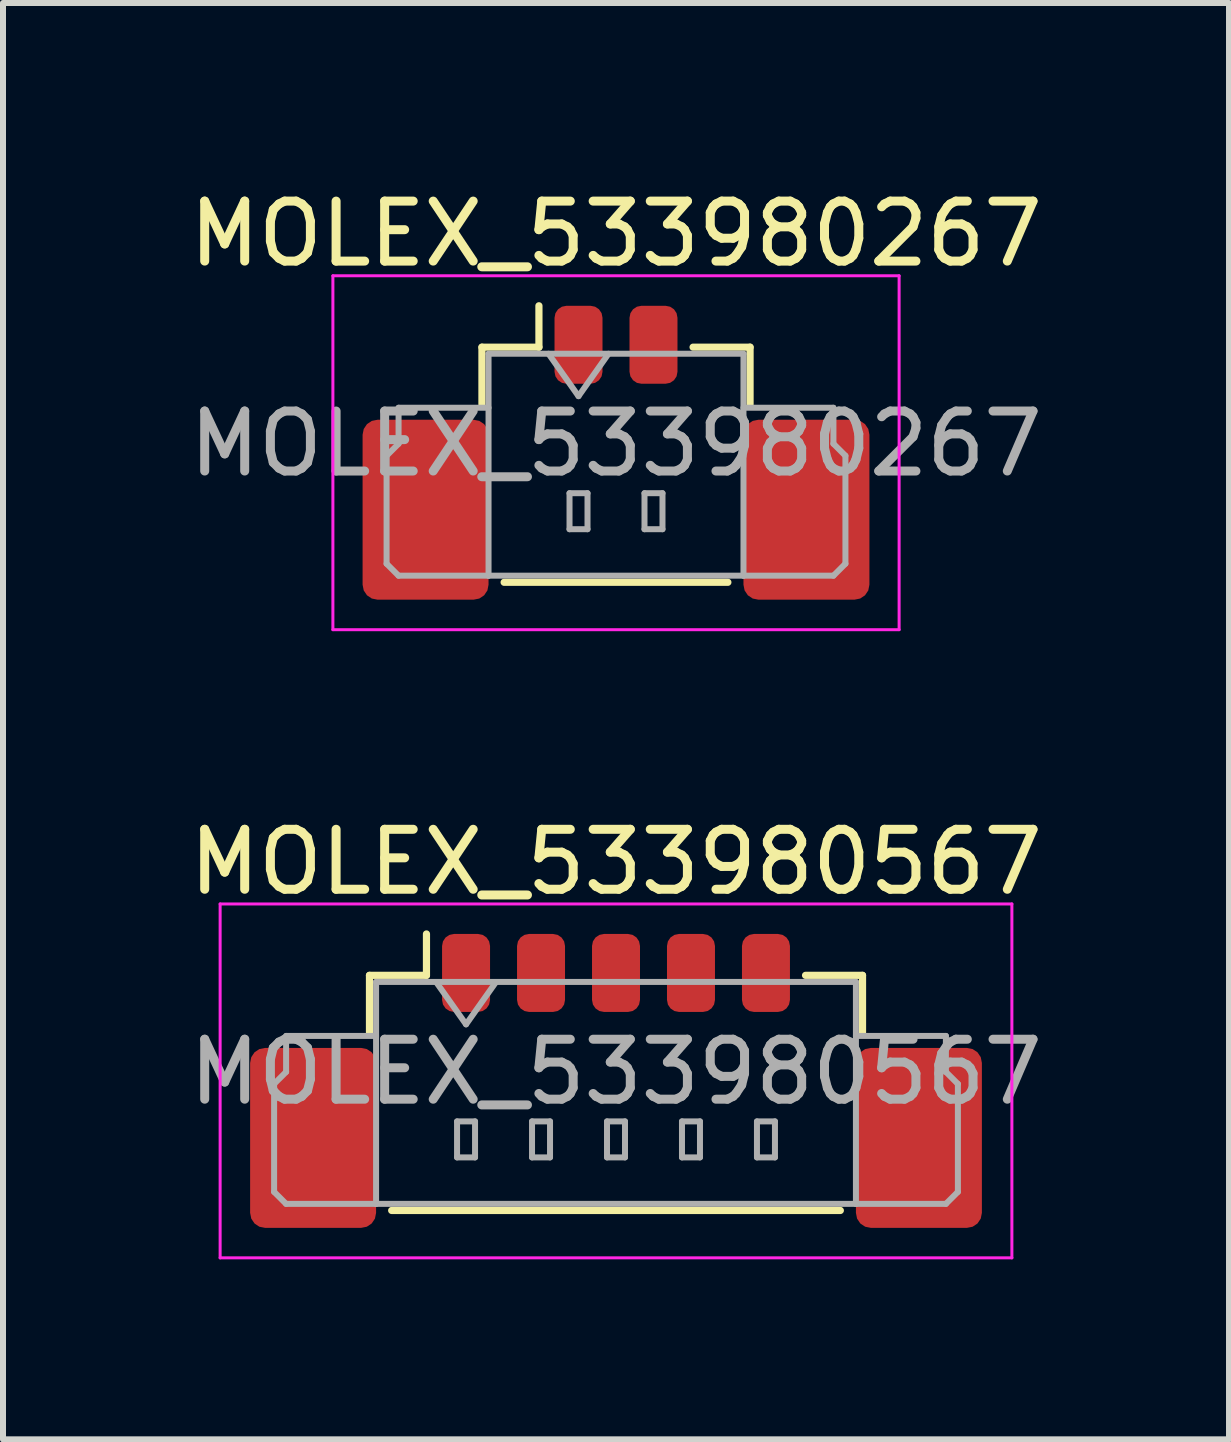
<source format=kicad_pcb>
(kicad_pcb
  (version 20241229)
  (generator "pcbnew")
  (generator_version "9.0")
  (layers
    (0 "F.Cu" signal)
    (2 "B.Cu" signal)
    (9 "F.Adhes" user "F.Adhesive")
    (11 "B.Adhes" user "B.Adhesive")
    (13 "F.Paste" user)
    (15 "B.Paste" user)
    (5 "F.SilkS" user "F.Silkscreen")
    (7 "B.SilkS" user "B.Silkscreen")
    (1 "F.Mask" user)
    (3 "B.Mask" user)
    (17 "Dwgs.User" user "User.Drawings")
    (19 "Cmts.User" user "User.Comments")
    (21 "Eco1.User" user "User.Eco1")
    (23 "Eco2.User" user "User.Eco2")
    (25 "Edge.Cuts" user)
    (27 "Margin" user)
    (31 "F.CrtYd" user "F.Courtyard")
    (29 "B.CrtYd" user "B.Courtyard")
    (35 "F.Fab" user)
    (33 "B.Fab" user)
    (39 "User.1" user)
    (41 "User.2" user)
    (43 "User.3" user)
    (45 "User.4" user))
  (footprint "MOLEX_533980267"
    (layer "F.Cu")
    (at 7.22 3.948)
    (property "Reference" "MOLEX_533980267" (at 0 -3.1 0) (layer "F.SilkS") (effects (font (size 1 1) (thickness 0.15))))
    (attr smd)
    (fp_line (start -2.235 -1.21) (end -1.285 -1.21) (stroke (width 0.12) (type solid)) (layer "F.SilkS"))
    (fp_line (start -2.235 -0.26) (end -2.235 -1.21) (stroke (width 0.12) (type solid)) (layer "F.SilkS"))
    (fp_line (start -1.865 2.71) (end 1.865 2.71) (stroke (width 0.12) (type solid)) (layer "F.SilkS"))
    (fp_line (start -1.285 -1.21) (end -1.285 -1.9) (stroke (width 0.12) (type solid)) (layer "F.SilkS"))
    (fp_line (start 2.235 -1.21) (end 1.285 -1.21) (stroke (width 0.12) (type solid)) (layer "F.SilkS"))
    (fp_line (start 2.235 -0.26) (end 2.235 -1.21) (stroke (width 0.12) (type solid)) (layer "F.SilkS"))
    (fp_line (start -4.72 -2.4) (end -4.72 3.5) (stroke (width 0.05) (type solid)) (layer "F.CrtYd"))
    (fp_line (start -4.72 3.5) (end 4.72 3.5) (stroke (width 0.05) (type solid)) (layer "F.CrtYd"))
    (fp_line (start 4.72 -2.4) (end -4.72 -2.4) (stroke (width 0.05) (type solid)) (layer "F.CrtYd"))
    (fp_line (start 4.72 3.5) (end 4.72 -2.4) (stroke (width 0.05) (type solid)) (layer "F.CrtYd"))
    (fp_line (start -3.825 0.6) (end -3.625 0.4) (stroke (width 0.1) (type solid)) (layer "F.Fab"))
    (fp_line (start -3.825 2.4) (end -3.825 0.6) (stroke (width 0.1) (type solid)) (layer "F.Fab"))
    (fp_line (start -3.625 -0.2) (end -2.125 -0.2) (stroke (width 0.1) (type solid)) (layer "F.Fab"))
    (fp_line (start -3.625 0.4) (end -3.625 -0.2) (stroke (width 0.1) (type solid)) (layer "F.Fab"))
    (fp_line (start -3.625 2.6) (end -3.825 2.4) (stroke (width 0.1) (type solid)) (layer "F.Fab"))
    (fp_line (start -2.125 -1.1) (end -2.125 2.6) (stroke (width 0.1) (type solid)) (layer "F.Fab"))
    (fp_line (start -2.125 -1.1) (end 2.125 -1.1) (stroke (width 0.1) (type solid)) (layer "F.Fab"))
    (fp_line (start -2.125 2.6) (end -3.625 2.6) (stroke (width 0.1) (type solid)) (layer "F.Fab"))
    (fp_line (start -2.125 2.6) (end 2.125 2.6) (stroke (width 0.1) (type solid)) (layer "F.Fab"))
    (fp_line (start -1.125 -1.1) (end -0.625 -0.393) (stroke (width 0.1) (type solid)) (layer "F.Fab"))
    (fp_line (start -0.775 1.225) (end -0.775 1.825) (stroke (width 0.1) (type solid)) (layer "F.Fab"))
    (fp_line (start -0.775 1.825) (end -0.475 1.825) (stroke (width 0.1) (type solid)) (layer "F.Fab"))
    (fp_line (start -0.625 -0.393) (end -0.125 -1.1) (stroke (width 0.1) (type solid)) (layer "F.Fab"))
    (fp_line (start -0.475 1.225) (end -0.775 1.225) (stroke (width 0.1) (type solid)) (layer "F.Fab"))
    (fp_line (start -0.475 1.825) (end -0.475 1.225) (stroke (width 0.1) (type solid)) (layer "F.Fab"))
    (fp_line (start 0.475 1.225) (end 0.475 1.825) (stroke (width 0.1) (type solid)) (layer "F.Fab"))
    (fp_line (start 0.475 1.825) (end 0.775 1.825) (stroke (width 0.1) (type solid)) (layer "F.Fab"))
    (fp_line (start 0.775 1.225) (end 0.475 1.225) (stroke (width 0.1) (type solid)) (layer "F.Fab"))
    (fp_line (start 0.775 1.825) (end 0.775 1.225) (stroke (width 0.1) (type solid)) (layer "F.Fab"))
    (fp_line (start 2.125 -1.1) (end 2.125 2.6) (stroke (width 0.1) (type solid)) (layer "F.Fab"))
    (fp_line (start 2.125 2.6) (end 3.625 2.6) (stroke (width 0.1) (type solid)) (layer "F.Fab"))
    (fp_line (start 3.625 -0.2) (end 2.125 -0.2) (stroke (width 0.1) (type solid)) (layer "F.Fab"))
    (fp_line (start 3.625 0.4) (end 3.625 -0.2) (stroke (width 0.1) (type solid)) (layer "F.Fab"))
    (fp_line (start 3.625 2.6) (end 3.825 2.4) (stroke (width 0.1) (type solid)) (layer "F.Fab"))
    (fp_line (start 3.825 0.6) (end 3.625 0.4) (stroke (width 0.1) (type solid)) (layer "F.Fab"))
    (fp_line (start 3.825 2.4) (end 3.825 0.6) (stroke (width 0.1) (type solid)) (layer "F.Fab"))
    (fp_text user "${REFERENCE}" (at 0 0.4 0) (layer "F.Fab") (effects (font (size 1 1) (thickness 0.15))))
    (pad "1" smd roundrect (at -0.625 -1.25) (size 0.8 1.3) (layers "F.Cu" "F.Mask" "F.Paste") (roundrect_rratio 0.25))
    (pad "2" smd roundrect (at 0.625 -1.25) (size 0.8 1.3) (layers "F.Cu" "F.Mask" "F.Paste") (roundrect_rratio 0.25))
    (pad "MP" smd roundrect (at -3.175 1.5) (size 2.1 3) (layers "F.Cu" "F.Mask" "F.Paste") (roundrect_rratio 0.119))
    (pad "MP" smd roundrect (at 3.175 1.5) (size 2.1 3) (layers "F.Cu" "F.Mask" "F.Paste") (roundrect_rratio 0.119)))
  (footprint "MOLEX_533980567"
    (layer "F.Cu")
    (at 7.22 14.421)
    (property "Reference" "MOLEX_533980567" (at 0 -3.1 0) (layer "F.SilkS") (effects (font (size 1 1) (thickness 0.15))))
    (attr smd)
    (fp_line (start -4.11 -1.21) (end -3.16 -1.21) (stroke (width 0.12) (type solid)) (layer "F.SilkS"))
    (fp_line (start -4.11 -0.26) (end -4.11 -1.21) (stroke (width 0.12) (type solid)) (layer "F.SilkS"))
    (fp_line (start -3.74 2.71) (end 3.74 2.71) (stroke (width 0.12) (type solid)) (layer "F.SilkS"))
    (fp_line (start -3.16 -1.21) (end -3.16 -1.9) (stroke (width 0.12) (type solid)) (layer "F.SilkS"))
    (fp_line (start 4.11 -1.21) (end 3.16 -1.21) (stroke (width 0.12) (type solid)) (layer "F.SilkS"))
    (fp_line (start 4.11 -0.26) (end 4.11 -1.21) (stroke (width 0.12) (type solid)) (layer "F.SilkS"))
    (fp_line (start -6.6 -2.4) (end -6.6 3.5) (stroke (width 0.05) (type solid)) (layer "F.CrtYd"))
    (fp_line (start -6.6 3.5) (end 6.6 3.5) (stroke (width 0.05) (type solid)) (layer "F.CrtYd"))
    (fp_line (start 6.6 -2.4) (end -6.6 -2.4) (stroke (width 0.05) (type solid)) (layer "F.CrtYd"))
    (fp_line (start 6.6 3.5) (end 6.6 -2.4) (stroke (width 0.05) (type solid)) (layer "F.CrtYd"))
    (fp_line (start -5.7 0.6) (end -5.5 0.4) (stroke (width 0.1) (type solid)) (layer "F.Fab"))
    (fp_line (start -5.7 2.4) (end -5.7 0.6) (stroke (width 0.1) (type solid)) (layer "F.Fab"))
    (fp_line (start -5.5 -0.2) (end -4 -0.2) (stroke (width 0.1) (type solid)) (layer "F.Fab"))
    (fp_line (start -5.5 0.4) (end -5.5 -0.2) (stroke (width 0.1) (type solid)) (layer "F.Fab"))
    (fp_line (start -5.5 2.6) (end -5.7 2.4) (stroke (width 0.1) (type solid)) (layer "F.Fab"))
    (fp_line (start -4 -1.1) (end -4 2.6) (stroke (width 0.1) (type solid)) (layer "F.Fab"))
    (fp_line (start -4 -1.1) (end 4 -1.1) (stroke (width 0.1) (type solid)) (layer "F.Fab"))
    (fp_line (start -4 2.6) (end -5.5 2.6) (stroke (width 0.1) (type solid)) (layer "F.Fab"))
    (fp_line (start -4 2.6) (end 4 2.6) (stroke (width 0.1) (type solid)) (layer "F.Fab"))
    (fp_line (start -3 -1.1) (end -2.5 -0.393) (stroke (width 0.1) (type solid)) (layer "F.Fab"))
    (fp_line (start -2.65 1.225) (end -2.65 1.825) (stroke (width 0.1) (type solid)) (layer "F.Fab"))
    (fp_line (start -2.65 1.825) (end -2.35 1.825) (stroke (width 0.1) (type solid)) (layer "F.Fab"))
    (fp_line (start -2.5 -0.393) (end -2 -1.1) (stroke (width 0.1) (type solid)) (layer "F.Fab"))
    (fp_line (start -2.35 1.225) (end -2.65 1.225) (stroke (width 0.1) (type solid)) (layer "F.Fab"))
    (fp_line (start -2.35 1.825) (end -2.35 1.225) (stroke (width 0.1) (type solid)) (layer "F.Fab"))
    (fp_line (start -1.4 1.225) (end -1.4 1.825) (stroke (width 0.1) (type solid)) (layer "F.Fab"))
    (fp_line (start -1.4 1.825) (end -1.1 1.825) (stroke (width 0.1) (type solid)) (layer "F.Fab"))
    (fp_line (start -1.1 1.225) (end -1.4 1.225) (stroke (width 0.1) (type solid)) (layer "F.Fab"))
    (fp_line (start -1.1 1.825) (end -1.1 1.225) (stroke (width 0.1) (type solid)) (layer "F.Fab"))
    (fp_line (start -0.15 1.225) (end -0.15 1.825) (stroke (width 0.1) (type solid)) (layer "F.Fab"))
    (fp_line (start -0.15 1.825) (end 0.15 1.825) (stroke (width 0.1) (type solid)) (layer "F.Fab"))
    (fp_line (start 0.15 1.225) (end -0.15 1.225) (stroke (width 0.1) (type solid)) (layer "F.Fab"))
    (fp_line (start 0.15 1.825) (end 0.15 1.225) (stroke (width 0.1) (type solid)) (layer "F.Fab"))
    (fp_line (start 1.1 1.225) (end 1.1 1.825) (stroke (width 0.1) (type solid)) (layer "F.Fab"))
    (fp_line (start 1.1 1.825) (end 1.4 1.825) (stroke (width 0.1) (type solid)) (layer "F.Fab"))
    (fp_line (start 1.4 1.225) (end 1.1 1.225) (stroke (width 0.1) (type solid)) (layer "F.Fab"))
    (fp_line (start 1.4 1.825) (end 1.4 1.225) (stroke (width 0.1) (type solid)) (layer "F.Fab"))
    (fp_line (start 2.35 1.225) (end 2.35 1.825) (stroke (width 0.1) (type solid)) (layer "F.Fab"))
    (fp_line (start 2.35 1.825) (end 2.65 1.825) (stroke (width 0.1) (type solid)) (layer "F.Fab"))
    (fp_line (start 2.65 1.225) (end 2.35 1.225) (stroke (width 0.1) (type solid)) (layer "F.Fab"))
    (fp_line (start 2.65 1.825) (end 2.65 1.225) (stroke (width 0.1) (type solid)) (layer "F.Fab"))
    (fp_line (start 4 -1.1) (end 4 2.6) (stroke (width 0.1) (type solid)) (layer "F.Fab"))
    (fp_line (start 4 2.6) (end 5.5 2.6) (stroke (width 0.1) (type solid)) (layer "F.Fab"))
    (fp_line (start 5.5 -0.2) (end 4 -0.2) (stroke (width 0.1) (type solid)) (layer "F.Fab"))
    (fp_line (start 5.5 0.4) (end 5.5 -0.2) (stroke (width 0.1) (type solid)) (layer "F.Fab"))
    (fp_line (start 5.5 2.6) (end 5.7 2.4) (stroke (width 0.1) (type solid)) (layer "F.Fab"))
    (fp_line (start 5.7 0.6) (end 5.5 0.4) (stroke (width 0.1) (type solid)) (layer "F.Fab"))
    (fp_line (start 5.7 2.4) (end 5.7 0.6) (stroke (width 0.1) (type solid)) (layer "F.Fab"))
    (fp_text user "${REFERENCE}" (at 0 0.4 0) (layer "F.Fab") (effects (font (size 1 1) (thickness 0.15))))
    (pad "1" smd roundrect (at -2.5 -1.25) (size 0.8 1.3) (layers "F.Cu" "F.Mask" "F.Paste") (roundrect_rratio 0.25))
    (pad "2" smd roundrect (at -1.25 -1.25) (size 0.8 1.3) (layers "F.Cu" "F.Mask" "F.Paste") (roundrect_rratio 0.25))
    (pad "3" smd roundrect (at 0 -1.25) (size 0.8 1.3) (layers "F.Cu" "F.Mask" "F.Paste") (roundrect_rratio 0.25))
    (pad "4" smd roundrect (at 1.25 -1.25) (size 0.8 1.3) (layers "F.Cu" "F.Mask" "F.Paste") (roundrect_rratio 0.25))
    (pad "5" smd roundrect (at 2.5 -1.25) (size 0.8 1.3) (layers "F.Cu" "F.Mask" "F.Paste") (roundrect_rratio 0.25))
    (pad "MP" smd roundrect (at -5.05 1.5) (size 2.1 3) (layers "F.Cu" "F.Mask" "F.Paste") (roundrect_rratio 0.119))
    (pad "MP" smd roundrect (at 5.05 1.5) (size 2.1 3) (layers "F.Cu" "F.Mask" "F.Paste") (roundrect_rratio 0.119)))
  (gr_rect
    (start -3 -3)
    (end 17.44 20.947)
    (stroke (width 0.1) (type default))
    (fill no)
    (layer "Edge.Cuts")))
</source>
